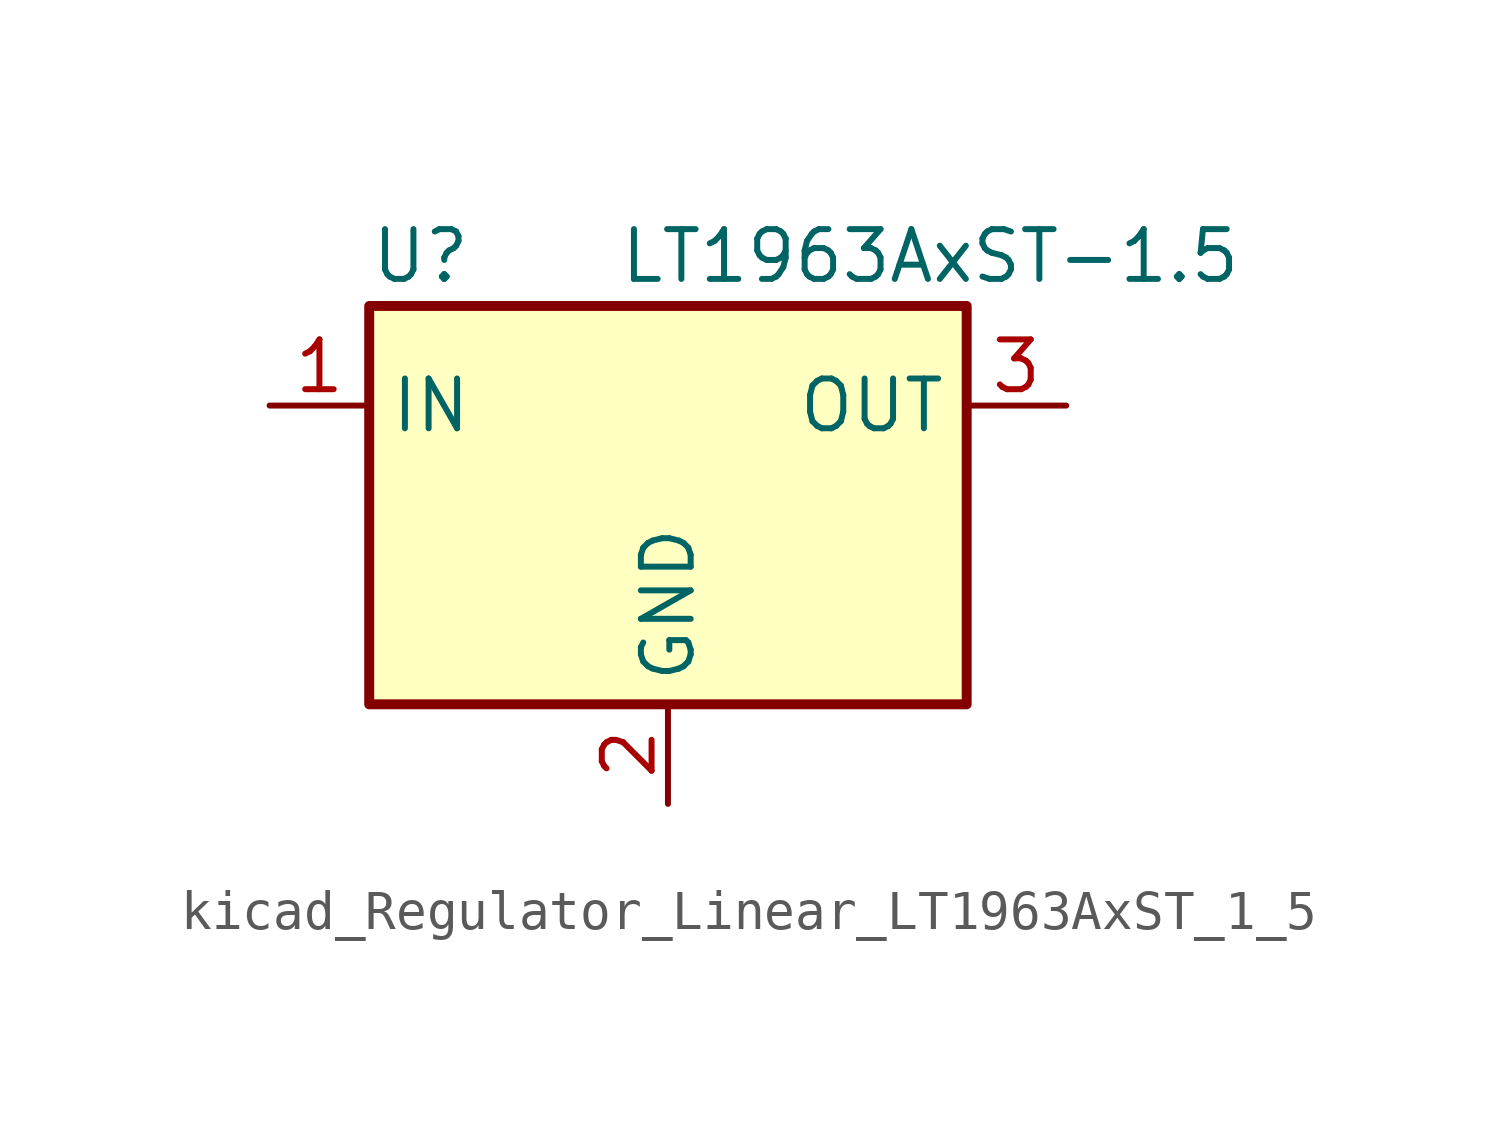
<source format=kicad_sym>
(kicad_symbol_lib
  (version 20220914)
  (generator kicad_symbol_editor)
  (symbol "kicad_Regulator_Linear_LT1963AxST_1_5"
    (property "Reference" "U"
      (at -7.62 6.35 0)
      (effects (font (size 1.27 1.27)) (justify left)))
    (property "Value" "LT1963AxST-1.5"
      (at -1.27 6.35 0)
      (effects (font (size 1.27 1.27)) (justify left)))
    (symbol "kicad_Regulator_Linear_LT1963AxST_1_5_0_1"
      (rectangle (start -7.62 5.08) (end 7.62 -5.08) (stroke (width 0.254) (type default)) (fill (type background))))
    (symbol "kicad_Regulator_Linear_LT1963AxST_1_5_1_1"
      (pin power_in line (at -10.16 2.54 0) (length 2.54) (name "IN" (effects (font (size 1.27 1.27)))) (number "1" (effects (font (size 1.27 1.27)))))
      (pin power_in line (at 0 -7.62 90) (length 2.54) (name "GND" (effects (font (size 1.27 1.27)))) (number "2" (effects (font (size 1.27 1.27)))))
      (pin power_out line (at 10.16 2.54 180) (length 2.54) (name "OUT" (effects (font (size 1.27 1.27)))) (number "3" (effects (font (size 1.27 1.27))))))))
</source>
